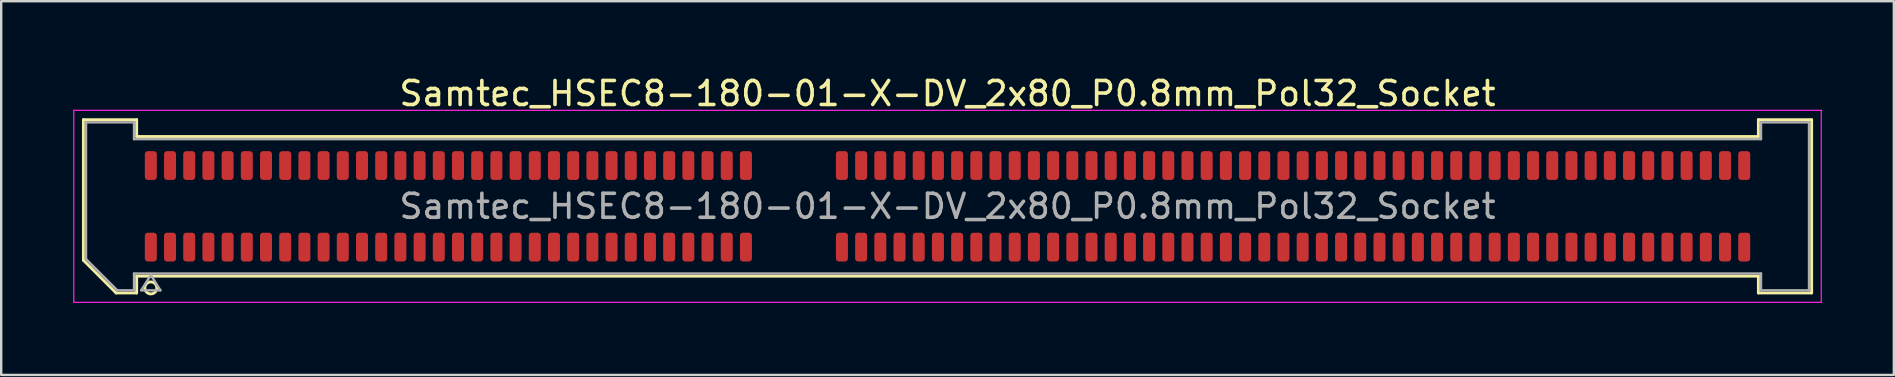
<source format=kicad_pcb>
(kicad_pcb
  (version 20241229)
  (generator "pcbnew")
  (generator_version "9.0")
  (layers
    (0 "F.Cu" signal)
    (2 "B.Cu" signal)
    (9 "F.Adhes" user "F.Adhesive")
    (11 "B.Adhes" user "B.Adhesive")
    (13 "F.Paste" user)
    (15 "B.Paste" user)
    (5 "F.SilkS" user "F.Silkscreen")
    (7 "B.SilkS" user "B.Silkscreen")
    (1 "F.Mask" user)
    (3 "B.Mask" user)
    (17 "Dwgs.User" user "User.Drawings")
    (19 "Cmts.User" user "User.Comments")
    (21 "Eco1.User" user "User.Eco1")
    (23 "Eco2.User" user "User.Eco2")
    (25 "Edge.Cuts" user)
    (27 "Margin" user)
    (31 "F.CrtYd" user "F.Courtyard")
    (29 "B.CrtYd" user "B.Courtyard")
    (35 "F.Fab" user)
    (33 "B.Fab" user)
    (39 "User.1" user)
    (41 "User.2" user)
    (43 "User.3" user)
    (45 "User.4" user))
  (footprint "Samtec_HSEC8-180-01-X-DV_2x80_P0.8mm_Pol32_Socket"
    (layer "F.Cu")
    (at 36.435 5.548)
    (property "Reference" "Samtec_HSEC8-180-01-X-DV_2x80_P0.8mm_Pol32_Socket" (at 0 -4.7 0) (layer "F.SilkS") (effects (font (size 1 1) (thickness 0.15))))
    (attr smd)
    (fp_line (start -36.01 -3.61) (end -33.79 -3.61) (stroke (width 0.12) (type solid)) (layer "F.SilkS"))
    (fp_line (start -36.01 2.246) (end -36.01 -3.61) (stroke (width 0.12) (type solid)) (layer "F.SilkS"))
    (fp_line (start -34.646 3.61) (end -36.01 2.246) (stroke (width 0.12) (type solid)) (layer "F.SilkS"))
    (fp_line (start -33.79 -3.61) (end -33.79 -2.91) (stroke (width 0.12) (type solid)) (layer "F.SilkS"))
    (fp_line (start -33.79 -2.91) (end 33.79 -2.91) (stroke (width 0.12) (type solid)) (layer "F.SilkS"))
    (fp_line (start -33.79 2.91) (end -33.79 3.61) (stroke (width 0.12) (type solid)) (layer "F.SilkS"))
    (fp_line (start -33.79 3.61) (end -34.646 3.61) (stroke (width 0.12) (type solid)) (layer "F.SilkS"))
    (fp_line (start 33.79 -3.61) (end 36.01 -3.61) (stroke (width 0.12) (type solid)) (layer "F.SilkS"))
    (fp_line (start 33.79 -2.91) (end 33.79 -3.61) (stroke (width 0.12) (type solid)) (layer "F.SilkS"))
    (fp_line (start 33.79 2.91) (end -33.79 2.91) (stroke (width 0.12) (type solid)) (layer "F.SilkS"))
    (fp_line (start 33.79 3.61) (end 33.79 2.91) (stroke (width 0.12) (type solid)) (layer "F.SilkS"))
    (fp_line (start 36.01 -3.61) (end 36.01 3.61) (stroke (width 0.12) (type solid)) (layer "F.SilkS"))
    (fp_line (start 36.01 3.61) (end 33.79 3.61) (stroke (width 0.12) (type solid)) (layer "F.SilkS"))
    (fp_circle (center -33.2 3.4) (end -32.95 3.4) (stroke (width 0.12) (type solid)) (fill no) (layer "F.SilkS"))
    (fp_line (start -36.41 -4) (end -36.41 4) (stroke (width 0.05) (type solid)) (layer "F.CrtYd"))
    (fp_line (start -36.41 4) (end 36.41 4) (stroke (width 0.05) (type solid)) (layer "F.CrtYd"))
    (fp_line (start 36.41 -4) (end -36.41 -4) (stroke (width 0.05) (type solid)) (layer "F.CrtYd"))
    (fp_line (start 36.41 4) (end 36.41 -4) (stroke (width 0.05) (type solid)) (layer "F.CrtYd"))
    (fp_line (start -35.9 -3.5) (end -33.9 -3.5) (stroke (width 0.1) (type solid)) (layer "F.Fab"))
    (fp_line (start -35.9 2.2) (end -35.9 -3.5) (stroke (width 0.1) (type solid)) (layer "F.Fab"))
    (fp_line (start -34.6 3.5) (end -35.9 2.2) (stroke (width 0.1) (type solid)) (layer "F.Fab"))
    (fp_line (start -33.9 -3.5) (end -33.9 -2.8) (stroke (width 0.1) (type solid)) (layer "F.Fab"))
    (fp_line (start -33.9 -2.8) (end 33.9 -2.8) (stroke (width 0.1) (type solid)) (layer "F.Fab"))
    (fp_line (start -33.9 2.8) (end -33.9 3.5) (stroke (width 0.1) (type solid)) (layer "F.Fab"))
    (fp_line (start -33.9 3.5) (end -34.6 3.5) (stroke (width 0.1) (type solid)) (layer "F.Fab"))
    (fp_line (start -33.6 3.5) (end -33.2 2.86) (stroke (width 0.1) (type solid)) (layer "F.Fab"))
    (fp_line (start -33.2 2.86) (end -32.8 3.5) (stroke (width 0.1) (type solid)) (layer "F.Fab"))
    (fp_line (start -32.8 3.5) (end -33.6 3.5) (stroke (width 0.1) (type solid)) (layer "F.Fab"))
    (fp_line (start 33.9 -3.5) (end 35.9 -3.5) (stroke (width 0.1) (type solid)) (layer "F.Fab"))
    (fp_line (start 33.9 -2.8) (end 33.9 -3.5) (stroke (width 0.1) (type solid)) (layer "F.Fab"))
    (fp_line (start 33.9 2.8) (end -33.9 2.8) (stroke (width 0.1) (type solid)) (layer "F.Fab"))
    (fp_line (start 33.9 3.5) (end 33.9 2.8) (stroke (width 0.1) (type solid)) (layer "F.Fab"))
    (fp_line (start 35.9 -3.5) (end 35.9 3.5) (stroke (width 0.1) (type solid)) (layer "F.Fab"))
    (fp_line (start 35.9 3.5) (end 33.9 3.5) (stroke (width 0.1) (type solid)) (layer "F.Fab"))
    (fp_text user "${REFERENCE}" (at 0 0 0) (layer "F.Fab") (effects (font (size 1 1) (thickness 0.15))))
    (pad "1" smd roundrect (at -33.2 1.7) (size 0.5 1.2) (layers "F.Cu" "F.Mask" "F.Paste") (roundrect_rratio 0.25))
    (pad "2" smd roundrect (at -33.2 -1.7) (size 0.5 1.2) (layers "F.Cu" "F.Mask" "F.Paste") (roundrect_rratio 0.25))
    (pad "3" smd roundrect (at -32.4 1.7) (size 0.5 1.2) (layers "F.Cu" "F.Mask" "F.Paste") (roundrect_rratio 0.25))
    (pad "4" smd roundrect (at -32.4 -1.7) (size 0.5 1.2) (layers "F.Cu" "F.Mask" "F.Paste") (roundrect_rratio 0.25))
    (pad "5" smd roundrect (at -31.6 1.7) (size 0.5 1.2) (layers "F.Cu" "F.Mask" "F.Paste") (roundrect_rratio 0.25))
    (pad "6" smd roundrect (at -31.6 -1.7) (size 0.5 1.2) (layers "F.Cu" "F.Mask" "F.Paste") (roundrect_rratio 0.25))
    (pad "7" smd roundrect (at -30.8 1.7) (size 0.5 1.2) (layers "F.Cu" "F.Mask" "F.Paste") (roundrect_rratio 0.25))
    (pad "8" smd roundrect (at -30.8 -1.7) (size 0.5 1.2) (layers "F.Cu" "F.Mask" "F.Paste") (roundrect_rratio 0.25))
    (pad "9" smd roundrect (at -30 1.7) (size 0.5 1.2) (layers "F.Cu" "F.Mask" "F.Paste") (roundrect_rratio 0.25))
    (pad "10" smd roundrect (at -30 -1.7) (size 0.5 1.2) (layers "F.Cu" "F.Mask" "F.Paste") (roundrect_rratio 0.25))
    (pad "11" smd roundrect (at -29.2 1.7) (size 0.5 1.2) (layers "F.Cu" "F.Mask" "F.Paste") (roundrect_rratio 0.25))
    (pad "12" smd roundrect (at -29.2 -1.7) (size 0.5 1.2) (layers "F.Cu" "F.Mask" "F.Paste") (roundrect_rratio 0.25))
    (pad "13" smd roundrect (at -28.4 1.7) (size 0.5 1.2) (layers "F.Cu" "F.Mask" "F.Paste") (roundrect_rratio 0.25))
    (pad "14" smd roundrect (at -28.4 -1.7) (size 0.5 1.2) (layers "F.Cu" "F.Mask" "F.Paste") (roundrect_rratio 0.25))
    (pad "15" smd roundrect (at -27.6 1.7) (size 0.5 1.2) (layers "F.Cu" "F.Mask" "F.Paste") (roundrect_rratio 0.25))
    (pad "16" smd roundrect (at -27.6 -1.7) (size 0.5 1.2) (layers "F.Cu" "F.Mask" "F.Paste") (roundrect_rratio 0.25))
    (pad "17" smd roundrect (at -26.8 1.7) (size 0.5 1.2) (layers "F.Cu" "F.Mask" "F.Paste") (roundrect_rratio 0.25))
    (pad "18" smd roundrect (at -26.8 -1.7) (size 0.5 1.2) (layers "F.Cu" "F.Mask" "F.Paste") (roundrect_rratio 0.25))
    (pad "19" smd roundrect (at -26 1.7) (size 0.5 1.2) (layers "F.Cu" "F.Mask" "F.Paste") (roundrect_rratio 0.25))
    (pad "20" smd roundrect (at -26 -1.7) (size 0.5 1.2) (layers "F.Cu" "F.Mask" "F.Paste") (roundrect_rratio 0.25))
    (pad "21" smd roundrect (at -25.2 1.7) (size 0.5 1.2) (layers "F.Cu" "F.Mask" "F.Paste") (roundrect_rratio 0.25))
    (pad "22" smd roundrect (at -25.2 -1.7) (size 0.5 1.2) (layers "F.Cu" "F.Mask" "F.Paste") (roundrect_rratio 0.25))
    (pad "23" smd roundrect (at -24.4 1.7) (size 0.5 1.2) (layers "F.Cu" "F.Mask" "F.Paste") (roundrect_rratio 0.25))
    (pad "24" smd roundrect (at -24.4 -1.7) (size 0.5 1.2) (layers "F.Cu" "F.Mask" "F.Paste") (roundrect_rratio 0.25))
    (pad "25" smd roundrect (at -23.6 1.7) (size 0.5 1.2) (layers "F.Cu" "F.Mask" "F.Paste") (roundrect_rratio 0.25))
    (pad "26" smd roundrect (at -23.6 -1.7) (size 0.5 1.2) (layers "F.Cu" "F.Mask" "F.Paste") (roundrect_rratio 0.25))
    (pad "27" smd roundrect (at -22.8 1.7) (size 0.5 1.2) (layers "F.Cu" "F.Mask" "F.Paste") (roundrect_rratio 0.25))
    (pad "28" smd roundrect (at -22.8 -1.7) (size 0.5 1.2) (layers "F.Cu" "F.Mask" "F.Paste") (roundrect_rratio 0.25))
    (pad "29" smd roundrect (at -22 1.7) (size 0.5 1.2) (layers "F.Cu" "F.Mask" "F.Paste") (roundrect_rratio 0.25))
    (pad "30" smd roundrect (at -22 -1.7) (size 0.5 1.2) (layers "F.Cu" "F.Mask" "F.Paste") (roundrect_rratio 0.25))
    (pad "31" smd roundrect (at -21.2 1.7) (size 0.5 1.2) (layers "F.Cu" "F.Mask" "F.Paste") (roundrect_rratio 0.25))
    (pad "32" smd roundrect (at -21.2 -1.7) (size 0.5 1.2) (layers "F.Cu" "F.Mask" "F.Paste") (roundrect_rratio 0.25))
    (pad "33" smd roundrect (at -20.4 1.7) (size 0.5 1.2) (layers "F.Cu" "F.Mask" "F.Paste") (roundrect_rratio 0.25))
    (pad "34" smd roundrect (at -20.4 -1.7) (size 0.5 1.2) (layers "F.Cu" "F.Mask" "F.Paste") (roundrect_rratio 0.25))
    (pad "35" smd roundrect (at -19.6 1.7) (size 0.5 1.2) (layers "F.Cu" "F.Mask" "F.Paste") (roundrect_rratio 0.25))
    (pad "36" smd roundrect (at -19.6 -1.7) (size 0.5 1.2) (layers "F.Cu" "F.Mask" "F.Paste") (roundrect_rratio 0.25))
    (pad "37" smd roundrect (at -18.8 1.7) (size 0.5 1.2) (layers "F.Cu" "F.Mask" "F.Paste") (roundrect_rratio 0.25))
    (pad "38" smd roundrect (at -18.8 -1.7) (size 0.5 1.2) (layers "F.Cu" "F.Mask" "F.Paste") (roundrect_rratio 0.25))
    (pad "39" smd roundrect (at -18 1.7) (size 0.5 1.2) (layers "F.Cu" "F.Mask" "F.Paste") (roundrect_rratio 0.25))
    (pad "40" smd roundrect (at -18 -1.7) (size 0.5 1.2) (layers "F.Cu" "F.Mask" "F.Paste") (roundrect_rratio 0.25))
    (pad "41" smd roundrect (at -17.2 1.7) (size 0.5 1.2) (layers "F.Cu" "F.Mask" "F.Paste") (roundrect_rratio 0.25))
    (pad "42" smd roundrect (at -17.2 -1.7) (size 0.5 1.2) (layers "F.Cu" "F.Mask" "F.Paste") (roundrect_rratio 0.25))
    (pad "43" smd roundrect (at -16.4 1.7) (size 0.5 1.2) (layers "F.Cu" "F.Mask" "F.Paste") (roundrect_rratio 0.25))
    (pad "44" smd roundrect (at -16.4 -1.7) (size 0.5 1.2) (layers "F.Cu" "F.Mask" "F.Paste") (roundrect_rratio 0.25))
    (pad "45" smd roundrect (at -15.6 1.7) (size 0.5 1.2) (layers "F.Cu" "F.Mask" "F.Paste") (roundrect_rratio 0.25))
    (pad "46" smd roundrect (at -15.6 -1.7) (size 0.5 1.2) (layers "F.Cu" "F.Mask" "F.Paste") (roundrect_rratio 0.25))
    (pad "47" smd roundrect (at -14.8 1.7) (size 0.5 1.2) (layers "F.Cu" "F.Mask" "F.Paste") (roundrect_rratio 0.25))
    (pad "48" smd roundrect (at -14.8 -1.7) (size 0.5 1.2) (layers "F.Cu" "F.Mask" "F.Paste") (roundrect_rratio 0.25))
    (pad "49" smd roundrect (at -14 1.7) (size 0.5 1.2) (layers "F.Cu" "F.Mask" "F.Paste") (roundrect_rratio 0.25))
    (pad "50" smd roundrect (at -14 -1.7) (size 0.5 1.2) (layers "F.Cu" "F.Mask" "F.Paste") (roundrect_rratio 0.25))
    (pad "51" smd roundrect (at -13.2 1.7) (size 0.5 1.2) (layers "F.Cu" "F.Mask" "F.Paste") (roundrect_rratio 0.25))
    (pad "52" smd roundrect (at -13.2 -1.7) (size 0.5 1.2) (layers "F.Cu" "F.Mask" "F.Paste") (roundrect_rratio 0.25))
    (pad "53" smd roundrect (at -12.4 1.7) (size 0.5 1.2) (layers "F.Cu" "F.Mask" "F.Paste") (roundrect_rratio 0.25))
    (pad "54" smd roundrect (at -12.4 -1.7) (size 0.5 1.2) (layers "F.Cu" "F.Mask" "F.Paste") (roundrect_rratio 0.25))
    (pad "55" smd roundrect (at -11.6 1.7) (size 0.5 1.2) (layers "F.Cu" "F.Mask" "F.Paste") (roundrect_rratio 0.25))
    (pad "56" smd roundrect (at -11.6 -1.7) (size 0.5 1.2) (layers "F.Cu" "F.Mask" "F.Paste") (roundrect_rratio 0.25))
    (pad "57" smd roundrect (at -10.8 1.7) (size 0.5 1.2) (layers "F.Cu" "F.Mask" "F.Paste") (roundrect_rratio 0.25))
    (pad "58" smd roundrect (at -10.8 -1.7) (size 0.5 1.2) (layers "F.Cu" "F.Mask" "F.Paste") (roundrect_rratio 0.25))
    (pad "59" smd roundrect (at -10 1.7) (size 0.5 1.2) (layers "F.Cu" "F.Mask" "F.Paste") (roundrect_rratio 0.25))
    (pad "60" smd roundrect (at -10 -1.7) (size 0.5 1.2) (layers "F.Cu" "F.Mask" "F.Paste") (roundrect_rratio 0.25))
    (pad "61" smd roundrect (at -9.2 1.7) (size 0.5 1.2) (layers "F.Cu" "F.Mask" "F.Paste") (roundrect_rratio 0.25))
    (pad "62" smd roundrect (at -9.2 -1.7) (size 0.5 1.2) (layers "F.Cu" "F.Mask" "F.Paste") (roundrect_rratio 0.25))
    (pad "63" smd roundrect (at -8.4 1.7) (size 0.5 1.2) (layers "F.Cu" "F.Mask" "F.Paste") (roundrect_rratio 0.25))
    (pad "64" smd roundrect (at -8.4 -1.7) (size 0.5 1.2) (layers "F.Cu" "F.Mask" "F.Paste") (roundrect_rratio 0.25))
    (pad "65" smd roundrect (at -4.4 1.7) (size 0.5 1.2) (layers "F.Cu" "F.Mask" "F.Paste") (roundrect_rratio 0.25))
    (pad "66" smd roundrect (at -4.4 -1.7) (size 0.5 1.2) (layers "F.Cu" "F.Mask" "F.Paste") (roundrect_rratio 0.25))
    (pad "67" smd roundrect (at -3.6 1.7) (size 0.5 1.2) (layers "F.Cu" "F.Mask" "F.Paste") (roundrect_rratio 0.25))
    (pad "68" smd roundrect (at -3.6 -1.7) (size 0.5 1.2) (layers "F.Cu" "F.Mask" "F.Paste") (roundrect_rratio 0.25))
    (pad "69" smd roundrect (at -2.8 1.7) (size 0.5 1.2) (layers "F.Cu" "F.Mask" "F.Paste") (roundrect_rratio 0.25))
    (pad "70" smd roundrect (at -2.8 -1.7) (size 0.5 1.2) (layers "F.Cu" "F.Mask" "F.Paste") (roundrect_rratio 0.25))
    (pad "71" smd roundrect (at -2 1.7) (size 0.5 1.2) (layers "F.Cu" "F.Mask" "F.Paste") (roundrect_rratio 0.25))
    (pad "72" smd roundrect (at -2 -1.7) (size 0.5 1.2) (layers "F.Cu" "F.Mask" "F.Paste") (roundrect_rratio 0.25))
    (pad "73" smd roundrect (at -1.2 1.7) (size 0.5 1.2) (layers "F.Cu" "F.Mask" "F.Paste") (roundrect_rratio 0.25))
    (pad "74" smd roundrect (at -1.2 -1.7) (size 0.5 1.2) (layers "F.Cu" "F.Mask" "F.Paste") (roundrect_rratio 0.25))
    (pad "75" smd roundrect (at -0.4 1.7) (size 0.5 1.2) (layers "F.Cu" "F.Mask" "F.Paste") (roundrect_rratio 0.25))
    (pad "76" smd roundrect (at -0.4 -1.7) (size 0.5 1.2) (layers "F.Cu" "F.Mask" "F.Paste") (roundrect_rratio 0.25))
    (pad "77" smd roundrect (at 0.4 1.7) (size 0.5 1.2) (layers "F.Cu" "F.Mask" "F.Paste") (roundrect_rratio 0.25))
    (pad "78" smd roundrect (at 0.4 -1.7) (size 0.5 1.2) (layers "F.Cu" "F.Mask" "F.Paste") (roundrect_rratio 0.25))
    (pad "79" smd roundrect (at 1.2 1.7) (size 0.5 1.2) (layers "F.Cu" "F.Mask" "F.Paste") (roundrect_rratio 0.25))
    (pad "80" smd roundrect (at 1.2 -1.7) (size 0.5 1.2) (layers "F.Cu" "F.Mask" "F.Paste") (roundrect_rratio 0.25))
    (pad "81" smd roundrect (at 2 1.7) (size 0.5 1.2) (layers "F.Cu" "F.Mask" "F.Paste") (roundrect_rratio 0.25))
    (pad "82" smd roundrect (at 2 -1.7) (size 0.5 1.2) (layers "F.Cu" "F.Mask" "F.Paste") (roundrect_rratio 0.25))
    (pad "83" smd roundrect (at 2.8 1.7) (size 0.5 1.2) (layers "F.Cu" "F.Mask" "F.Paste") (roundrect_rratio 0.25))
    (pad "84" smd roundrect (at 2.8 -1.7) (size 0.5 1.2) (layers "F.Cu" "F.Mask" "F.Paste") (roundrect_rratio 0.25))
    (pad "85" smd roundrect (at 3.6 1.7) (size 0.5 1.2) (layers "F.Cu" "F.Mask" "F.Paste") (roundrect_rratio 0.25))
    (pad "86" smd roundrect (at 3.6 -1.7) (size 0.5 1.2) (layers "F.Cu" "F.Mask" "F.Paste") (roundrect_rratio 0.25))
    (pad "87" smd roundrect (at 4.4 1.7) (size 0.5 1.2) (layers "F.Cu" "F.Mask" "F.Paste") (roundrect_rratio 0.25))
    (pad "88" smd roundrect (at 4.4 -1.7) (size 0.5 1.2) (layers "F.Cu" "F.Mask" "F.Paste") (roundrect_rratio 0.25))
    (pad "89" smd roundrect (at 5.2 1.7) (size 0.5 1.2) (layers "F.Cu" "F.Mask" "F.Paste") (roundrect_rratio 0.25))
    (pad "90" smd roundrect (at 5.2 -1.7) (size 0.5 1.2) (layers "F.Cu" "F.Mask" "F.Paste") (roundrect_rratio 0.25))
    (pad "91" smd roundrect (at 6 1.7) (size 0.5 1.2) (layers "F.Cu" "F.Mask" "F.Paste") (roundrect_rratio 0.25))
    (pad "92" smd roundrect (at 6 -1.7) (size 0.5 1.2) (layers "F.Cu" "F.Mask" "F.Paste") (roundrect_rratio 0.25))
    (pad "93" smd roundrect (at 6.8 1.7) (size 0.5 1.2) (layers "F.Cu" "F.Mask" "F.Paste") (roundrect_rratio 0.25))
    (pad "94" smd roundrect (at 6.8 -1.7) (size 0.5 1.2) (layers "F.Cu" "F.Mask" "F.Paste") (roundrect_rratio 0.25))
    (pad "95" smd roundrect (at 7.6 1.7) (size 0.5 1.2) (layers "F.Cu" "F.Mask" "F.Paste") (roundrect_rratio 0.25))
    (pad "96" smd roundrect (at 7.6 -1.7) (size 0.5 1.2) (layers "F.Cu" "F.Mask" "F.Paste") (roundrect_rratio 0.25))
    (pad "97" smd roundrect (at 8.4 1.7) (size 0.5 1.2) (layers "F.Cu" "F.Mask" "F.Paste") (roundrect_rratio 0.25))
    (pad "98" smd roundrect (at 8.4 -1.7) (size 0.5 1.2) (layers "F.Cu" "F.Mask" "F.Paste") (roundrect_rratio 0.25))
    (pad "99" smd roundrect (at 9.2 1.7) (size 0.5 1.2) (layers "F.Cu" "F.Mask" "F.Paste") (roundrect_rratio 0.25))
    (pad "100" smd roundrect (at 9.2 -1.7) (size 0.5 1.2) (layers "F.Cu" "F.Mask" "F.Paste") (roundrect_rratio 0.25))
    (pad "101" smd roundrect (at 10 1.7) (size 0.5 1.2) (layers "F.Cu" "F.Mask" "F.Paste") (roundrect_rratio 0.25))
    (pad "102" smd roundrect (at 10 -1.7) (size 0.5 1.2) (layers "F.Cu" "F.Mask" "F.Paste") (roundrect_rratio 0.25))
    (pad "103" smd roundrect (at 10.8 1.7) (size 0.5 1.2) (layers "F.Cu" "F.Mask" "F.Paste") (roundrect_rratio 0.25))
    (pad "104" smd roundrect (at 10.8 -1.7) (size 0.5 1.2) (layers "F.Cu" "F.Mask" "F.Paste") (roundrect_rratio 0.25))
    (pad "105" smd roundrect (at 11.6 1.7) (size 0.5 1.2) (layers "F.Cu" "F.Mask" "F.Paste") (roundrect_rratio 0.25))
    (pad "106" smd roundrect (at 11.6 -1.7) (size 0.5 1.2) (layers "F.Cu" "F.Mask" "F.Paste") (roundrect_rratio 0.25))
    (pad "107" smd roundrect (at 12.4 1.7) (size 0.5 1.2) (layers "F.Cu" "F.Mask" "F.Paste") (roundrect_rratio 0.25))
    (pad "108" smd roundrect (at 12.4 -1.7) (size 0.5 1.2) (layers "F.Cu" "F.Mask" "F.Paste") (roundrect_rratio 0.25))
    (pad "109" smd roundrect (at 13.2 1.7) (size 0.5 1.2) (layers "F.Cu" "F.Mask" "F.Paste") (roundrect_rratio 0.25))
    (pad "110" smd roundrect (at 13.2 -1.7) (size 0.5 1.2) (layers "F.Cu" "F.Mask" "F.Paste") (roundrect_rratio 0.25))
    (pad "111" smd roundrect (at 14 1.7) (size 0.5 1.2) (layers "F.Cu" "F.Mask" "F.Paste") (roundrect_rratio 0.25))
    (pad "112" smd roundrect (at 14 -1.7) (size 0.5 1.2) (layers "F.Cu" "F.Mask" "F.Paste") (roundrect_rratio 0.25))
    (pad "113" smd roundrect (at 14.8 1.7) (size 0.5 1.2) (layers "F.Cu" "F.Mask" "F.Paste") (roundrect_rratio 0.25))
    (pad "114" smd roundrect (at 14.8 -1.7) (size 0.5 1.2) (layers "F.Cu" "F.Mask" "F.Paste") (roundrect_rratio 0.25))
    (pad "115" smd roundrect (at 15.6 1.7) (size 0.5 1.2) (layers "F.Cu" "F.Mask" "F.Paste") (roundrect_rratio 0.25))
    (pad "116" smd roundrect (at 15.6 -1.7) (size 0.5 1.2) (layers "F.Cu" "F.Mask" "F.Paste") (roundrect_rratio 0.25))
    (pad "117" smd roundrect (at 16.4 1.7) (size 0.5 1.2) (layers "F.Cu" "F.Mask" "F.Paste") (roundrect_rratio 0.25))
    (pad "118" smd roundrect (at 16.4 -1.7) (size 0.5 1.2) (layers "F.Cu" "F.Mask" "F.Paste") (roundrect_rratio 0.25))
    (pad "119" smd roundrect (at 17.2 1.7) (size 0.5 1.2) (layers "F.Cu" "F.Mask" "F.Paste") (roundrect_rratio 0.25))
    (pad "120" smd roundrect (at 17.2 -1.7) (size 0.5 1.2) (layers "F.Cu" "F.Mask" "F.Paste") (roundrect_rratio 0.25))
    (pad "121" smd roundrect (at 18 1.7) (size 0.5 1.2) (layers "F.Cu" "F.Mask" "F.Paste") (roundrect_rratio 0.25))
    (pad "122" smd roundrect (at 18 -1.7) (size 0.5 1.2) (layers "F.Cu" "F.Mask" "F.Paste") (roundrect_rratio 0.25))
    (pad "123" smd roundrect (at 18.8 1.7) (size 0.5 1.2) (layers "F.Cu" "F.Mask" "F.Paste") (roundrect_rratio 0.25))
    (pad "124" smd roundrect (at 18.8 -1.7) (size 0.5 1.2) (layers "F.Cu" "F.Mask" "F.Paste") (roundrect_rratio 0.25))
    (pad "125" smd roundrect (at 19.6 1.7) (size 0.5 1.2) (layers "F.Cu" "F.Mask" "F.Paste") (roundrect_rratio 0.25))
    (pad "126" smd roundrect (at 19.6 -1.7) (size 0.5 1.2) (layers "F.Cu" "F.Mask" "F.Paste") (roundrect_rratio 0.25))
    (pad "127" smd roundrect (at 20.4 1.7) (size 0.5 1.2) (layers "F.Cu" "F.Mask" "F.Paste") (roundrect_rratio 0.25))
    (pad "128" smd roundrect (at 20.4 -1.7) (size 0.5 1.2) (layers "F.Cu" "F.Mask" "F.Paste") (roundrect_rratio 0.25))
    (pad "129" smd roundrect (at 21.2 1.7) (size 0.5 1.2) (layers "F.Cu" "F.Mask" "F.Paste") (roundrect_rratio 0.25))
    (pad "130" smd roundrect (at 21.2 -1.7) (size 0.5 1.2) (layers "F.Cu" "F.Mask" "F.Paste") (roundrect_rratio 0.25))
    (pad "131" smd roundrect (at 22 1.7) (size 0.5 1.2) (layers "F.Cu" "F.Mask" "F.Paste") (roundrect_rratio 0.25))
    (pad "132" smd roundrect (at 22 -1.7) (size 0.5 1.2) (layers "F.Cu" "F.Mask" "F.Paste") (roundrect_rratio 0.25))
    (pad "133" smd roundrect (at 22.8 1.7) (size 0.5 1.2) (layers "F.Cu" "F.Mask" "F.Paste") (roundrect_rratio 0.25))
    (pad "134" smd roundrect (at 22.8 -1.7) (size 0.5 1.2) (layers "F.Cu" "F.Mask" "F.Paste") (roundrect_rratio 0.25))
    (pad "135" smd roundrect (at 23.6 1.7) (size 0.5 1.2) (layers "F.Cu" "F.Mask" "F.Paste") (roundrect_rratio 0.25))
    (pad "136" smd roundrect (at 23.6 -1.7) (size 0.5 1.2) (layers "F.Cu" "F.Mask" "F.Paste") (roundrect_rratio 0.25))
    (pad "137" smd roundrect (at 24.4 1.7) (size 0.5 1.2) (layers "F.Cu" "F.Mask" "F.Paste") (roundrect_rratio 0.25))
    (pad "138" smd roundrect (at 24.4 -1.7) (size 0.5 1.2) (layers "F.Cu" "F.Mask" "F.Paste") (roundrect_rratio 0.25))
    (pad "139" smd roundrect (at 25.2 1.7) (size 0.5 1.2) (layers "F.Cu" "F.Mask" "F.Paste") (roundrect_rratio 0.25))
    (pad "140" smd roundrect (at 25.2 -1.7) (size 0.5 1.2) (layers "F.Cu" "F.Mask" "F.Paste") (roundrect_rratio 0.25))
    (pad "141" smd roundrect (at 26 1.7) (size 0.5 1.2) (layers "F.Cu" "F.Mask" "F.Paste") (roundrect_rratio 0.25))
    (pad "142" smd roundrect (at 26 -1.7) (size 0.5 1.2) (layers "F.Cu" "F.Mask" "F.Paste") (roundrect_rratio 0.25))
    (pad "143" smd roundrect (at 26.8 1.7) (size 0.5 1.2) (layers "F.Cu" "F.Mask" "F.Paste") (roundrect_rratio 0.25))
    (pad "144" smd roundrect (at 26.8 -1.7) (size 0.5 1.2) (layers "F.Cu" "F.Mask" "F.Paste") (roundrect_rratio 0.25))
    (pad "145" smd roundrect (at 27.6 1.7) (size 0.5 1.2) (layers "F.Cu" "F.Mask" "F.Paste") (roundrect_rratio 0.25))
    (pad "146" smd roundrect (at 27.6 -1.7) (size 0.5 1.2) (layers "F.Cu" "F.Mask" "F.Paste") (roundrect_rratio 0.25))
    (pad "147" smd roundrect (at 28.4 1.7) (size 0.5 1.2) (layers "F.Cu" "F.Mask" "F.Paste") (roundrect_rratio 0.25))
    (pad "148" smd roundrect (at 28.4 -1.7) (size 0.5 1.2) (layers "F.Cu" "F.Mask" "F.Paste") (roundrect_rratio 0.25))
    (pad "149" smd roundrect (at 29.2 1.7) (size 0.5 1.2) (layers "F.Cu" "F.Mask" "F.Paste") (roundrect_rratio 0.25))
    (pad "150" smd roundrect (at 29.2 -1.7) (size 0.5 1.2) (layers "F.Cu" "F.Mask" "F.Paste") (roundrect_rratio 0.25))
    (pad "151" smd roundrect (at 30 1.7) (size 0.5 1.2) (layers "F.Cu" "F.Mask" "F.Paste") (roundrect_rratio 0.25))
    (pad "152" smd roundrect (at 30 -1.7) (size 0.5 1.2) (layers "F.Cu" "F.Mask" "F.Paste") (roundrect_rratio 0.25))
    (pad "153" smd roundrect (at 30.8 1.7) (size 0.5 1.2) (layers "F.Cu" "F.Mask" "F.Paste") (roundrect_rratio 0.25))
    (pad "154" smd roundrect (at 30.8 -1.7) (size 0.5 1.2) (layers "F.Cu" "F.Mask" "F.Paste") (roundrect_rratio 0.25))
    (pad "155" smd roundrect (at 31.6 1.7) (size 0.5 1.2) (layers "F.Cu" "F.Mask" "F.Paste") (roundrect_rratio 0.25))
    (pad "156" smd roundrect (at 31.6 -1.7) (size 0.5 1.2) (layers "F.Cu" "F.Mask" "F.Paste") (roundrect_rratio 0.25))
    (pad "157" smd roundrect (at 32.4 1.7) (size 0.5 1.2) (layers "F.Cu" "F.Mask" "F.Paste") (roundrect_rratio 0.25))
    (pad "158" smd roundrect (at 32.4 -1.7) (size 0.5 1.2) (layers "F.Cu" "F.Mask" "F.Paste") (roundrect_rratio 0.25))
    (pad "159" smd roundrect (at 33.2 1.7) (size 0.5 1.2) (layers "F.Cu" "F.Mask" "F.Paste") (roundrect_rratio 0.25))
    (pad "160" smd roundrect (at 33.2 -1.7) (size 0.5 1.2) (layers "F.Cu" "F.Mask" "F.Paste") (roundrect_rratio 0.25)))
  (gr_rect
    (start -3 -3)
    (end 75.87 12.573)
    (stroke (width 0.1) (type default))
    (fill no)
    (layer "Edge.Cuts")))
</source>
